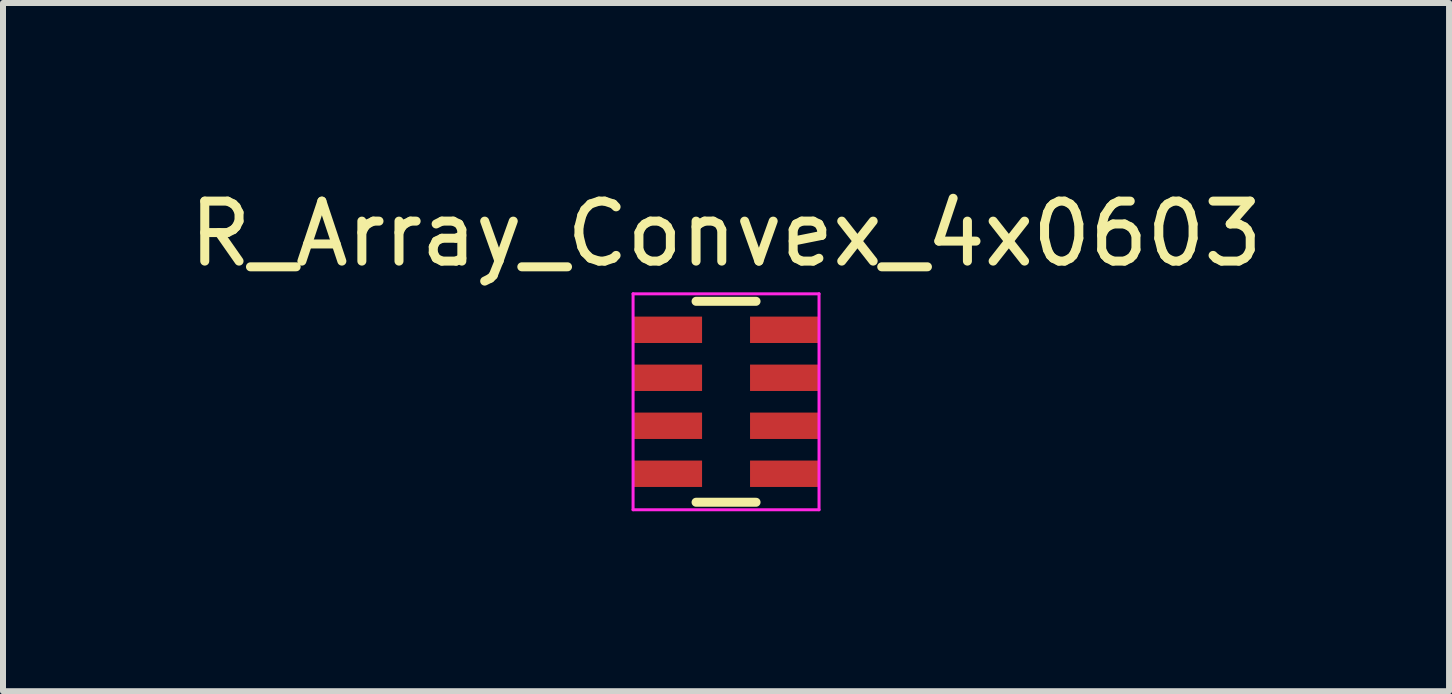
<source format=kicad_pcb>
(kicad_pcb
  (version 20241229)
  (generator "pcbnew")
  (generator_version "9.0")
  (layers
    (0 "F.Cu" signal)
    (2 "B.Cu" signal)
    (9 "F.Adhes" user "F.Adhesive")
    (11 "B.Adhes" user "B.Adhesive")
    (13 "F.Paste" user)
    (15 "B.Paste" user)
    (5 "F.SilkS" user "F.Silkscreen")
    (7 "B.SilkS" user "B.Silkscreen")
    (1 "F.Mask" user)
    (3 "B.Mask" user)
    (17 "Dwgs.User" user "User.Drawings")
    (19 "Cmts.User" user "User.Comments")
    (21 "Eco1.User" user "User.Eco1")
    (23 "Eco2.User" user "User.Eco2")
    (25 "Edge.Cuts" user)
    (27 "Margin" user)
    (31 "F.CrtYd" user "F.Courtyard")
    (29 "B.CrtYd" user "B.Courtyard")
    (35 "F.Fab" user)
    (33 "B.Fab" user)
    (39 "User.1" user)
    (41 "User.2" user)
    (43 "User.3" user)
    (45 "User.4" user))
  (footprint "R_Array_Convex_4x0603"
    (layer "F.Cu")
    (at 9.054 3.648)
    (property "Reference" "R_Array_Convex_4x0603" (at 0 -2.8 0) (layer "F.SilkS") (effects (font (size 1 1) (thickness 0.15))))
    (attr smd)
    (fp_line (start 0.5 -1.675) (end -0.5 -1.675) (stroke (width 0.15) (type solid)) (layer "F.SilkS"))
    (fp_line (start 0.5 1.675) (end -0.5 1.675) (stroke (width 0.15) (type solid)) (layer "F.SilkS"))
    (fp_line (start -1.55 -1.8) (end -1.55 1.8) (stroke (width 0.05) (type solid)) (layer "F.CrtYd"))
    (fp_line (start -1.55 -1.8) (end 1.55 -1.8) (stroke (width 0.05) (type solid)) (layer "F.CrtYd"))
    (fp_line (start -1.55 1.8) (end 1.55 1.8) (stroke (width 0.05) (type solid)) (layer "F.CrtYd"))
    (fp_line (start 1.55 -1.8) (end 1.55 1.8) (stroke (width 0.05) (type solid)) (layer "F.CrtYd"))
    (pad "1" smd rect (at -0.975 -1.2) (size 1.15 0.44) (layers "F.Cu" "F.Mask" "F.Paste"))
    (pad "2" smd rect (at -0.975 -0.4) (size 1.15 0.44) (layers "F.Cu" "F.Mask" "F.Paste"))
    (pad "3" smd rect (at -0.975 0.4) (size 1.15 0.44) (layers "F.Cu" "F.Mask" "F.Paste"))
    (pad "4" smd rect (at -0.975 1.2) (size 1.15 0.44) (layers "F.Cu" "F.Mask" "F.Paste"))
    (pad "5" smd rect (at 0.975 1.2) (size 1.15 0.44) (layers "F.Cu" "F.Mask" "F.Paste"))
    (pad "6" smd rect (at 0.975 0.4) (size 1.15 0.44) (layers "F.Cu" "F.Mask" "F.Paste"))
    (pad "7" smd rect (at 0.975 -0.4) (size 1.15 0.44) (layers "F.Cu" "F.Mask" "F.Paste"))
    (pad "8" smd rect (at 0.975 -1.2) (size 1.15 0.44) (layers "F.Cu" "F.Mask" "F.Paste")))
  (gr_rect
    (start -3 -3)
    (end 21.107 8.473)
    (stroke (width 0.1) (type default))
    (fill no)
    (layer "Edge.Cuts")))
</source>
